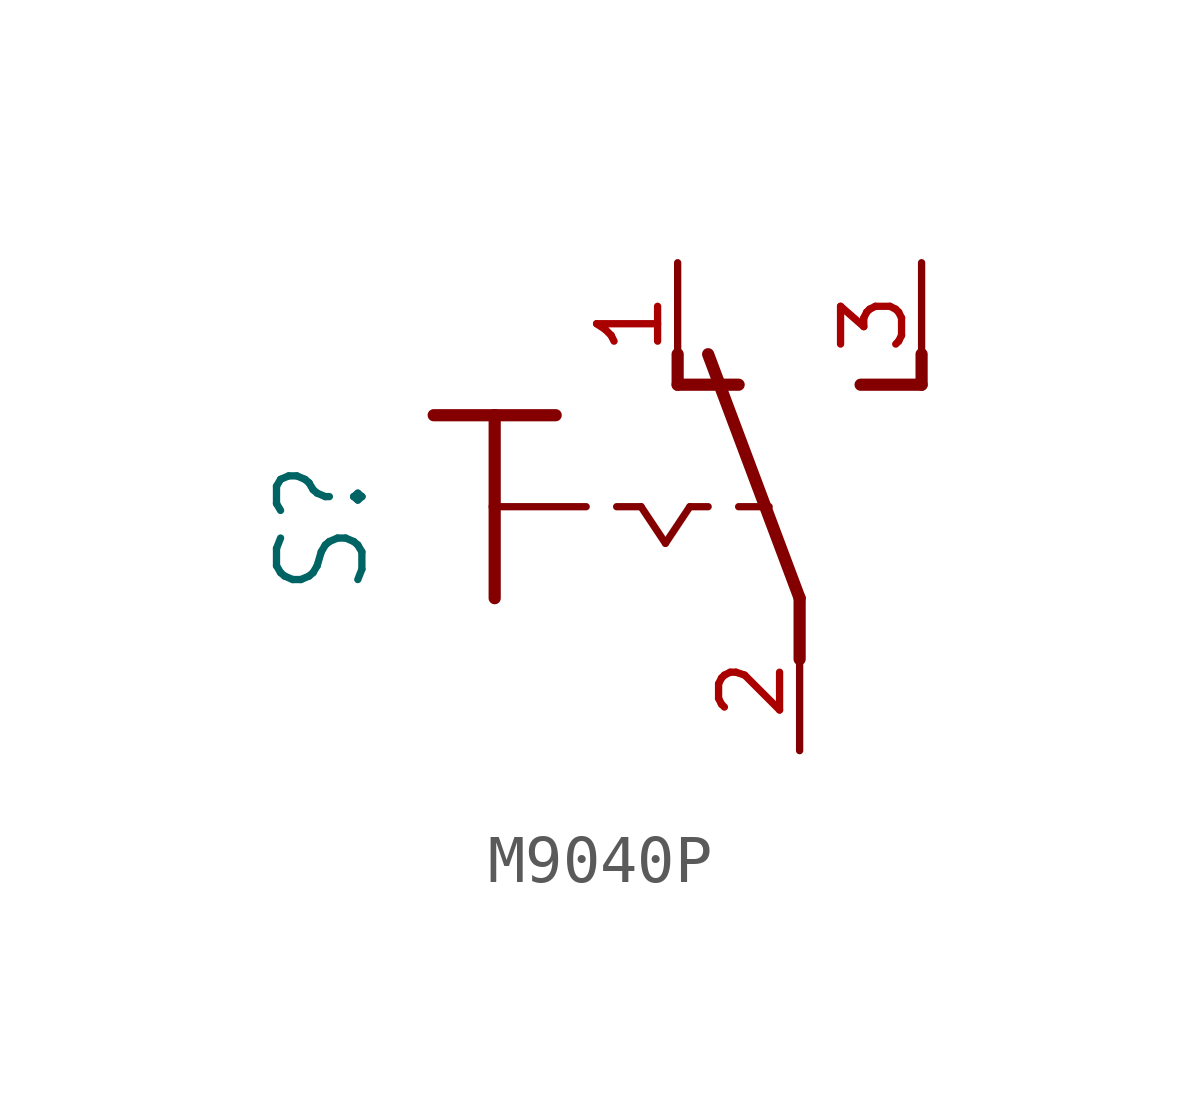
<source format=kicad_sym>
(kicad_symbol_lib
  (version 20231120)
  (generator "kicad_symbol_editor")
  (generator_version "8.0")
  (symbol "M9040P"
    (property "Reference" "S"
      (at -6.35 -1.905 90)
      (effects (font (size 1.778 1.511)) (justify left bottom)))
    (property "Value" ""
      (at -3.81 2.54 90)
      (effects (font (size 1.778 1.511)) (justify left bottom)))
    (property "ki_locked" ""
      (at 0 0 0)
      (effects (font (size 1.27 1.27))))
    (symbol "M9040P_1_0"
      (polyline (pts (xy -5.08 1.905) (xy -3.81 1.905)) (stroke (width 0.254) (type solid)) (fill (type none)))
      (polyline (pts (xy -3.81 0) (xy -3.81 -1.905)) (stroke (width 0.254) (type solid)) (fill (type none)))
      (polyline (pts (xy -3.81 0) (xy -1.905 0)) (stroke (width 0.152) (type solid)) (fill (type none)))
      (polyline (pts (xy -3.81 1.905) (xy -3.81 0)) (stroke (width 0.254) (type solid)) (fill (type none)))
      (polyline (pts (xy -3.81 1.905) (xy -2.54 1.905)) (stroke (width 0.254) (type solid)) (fill (type none)))
      (polyline (pts (xy -1.27 0) (xy -0.762 0)) (stroke (width 0.152) (type solid)) (fill (type none)))
      (polyline (pts (xy -0.762 0) (xy -0.254 -0.762)) (stroke (width 0.152) (type solid)) (fill (type none)))
      (polyline (pts (xy -0.254 -0.762) (xy 0.254 0)) (stroke (width 0.152) (type solid)) (fill (type none)))
      (polyline (pts (xy 0 2.54) (xy 0 3.175)) (stroke (width 0.254) (type solid)) (fill (type none)))
      (polyline (pts (xy 0 2.54) (xy 1.27 2.54)) (stroke (width 0.254) (type solid)) (fill (type none)))
      (polyline (pts (xy 0.254 0) (xy 0.635 0)) (stroke (width 0.152) (type solid)) (fill (type none)))
      (polyline (pts (xy 1.27 0) (xy 1.905 0)) (stroke (width 0.152) (type solid)) (fill (type none)))
      (polyline (pts (xy 2.54 -3.175) (xy 2.54 -1.905)) (stroke (width 0.254) (type solid)) (fill (type none)))
      (polyline (pts (xy 2.54 -1.905) (xy 0.635 3.175)) (stroke (width 0.254) (type solid)) (fill (type none)))
      (polyline (pts (xy 3.81 2.54) (xy 5.08 2.54)) (stroke (width 0.254) (type solid)) (fill (type none)))
      (polyline (pts (xy 5.08 2.54) (xy 5.08 3.175)) (stroke (width 0.254) (type solid)) (fill (type none)))
      (pin passive line (at 0 5.08 270) (length 2.54) (name "O" (effects (font (size 0 0)))) (number "1" (effects (font (size 1.27 1.27)))))
      (pin passive line (at 2.54 -5.08 90) (length 2.54) (name "P" (effects (font (size 0 0)))) (number "2" (effects (font (size 1.27 1.27)))))
      (pin passive line (at 5.08 5.08 270) (length 2.54) (name "S" (effects (font (size 0 0)))) (number "3" (effects (font (size 1.27 1.27))))))))
</source>
